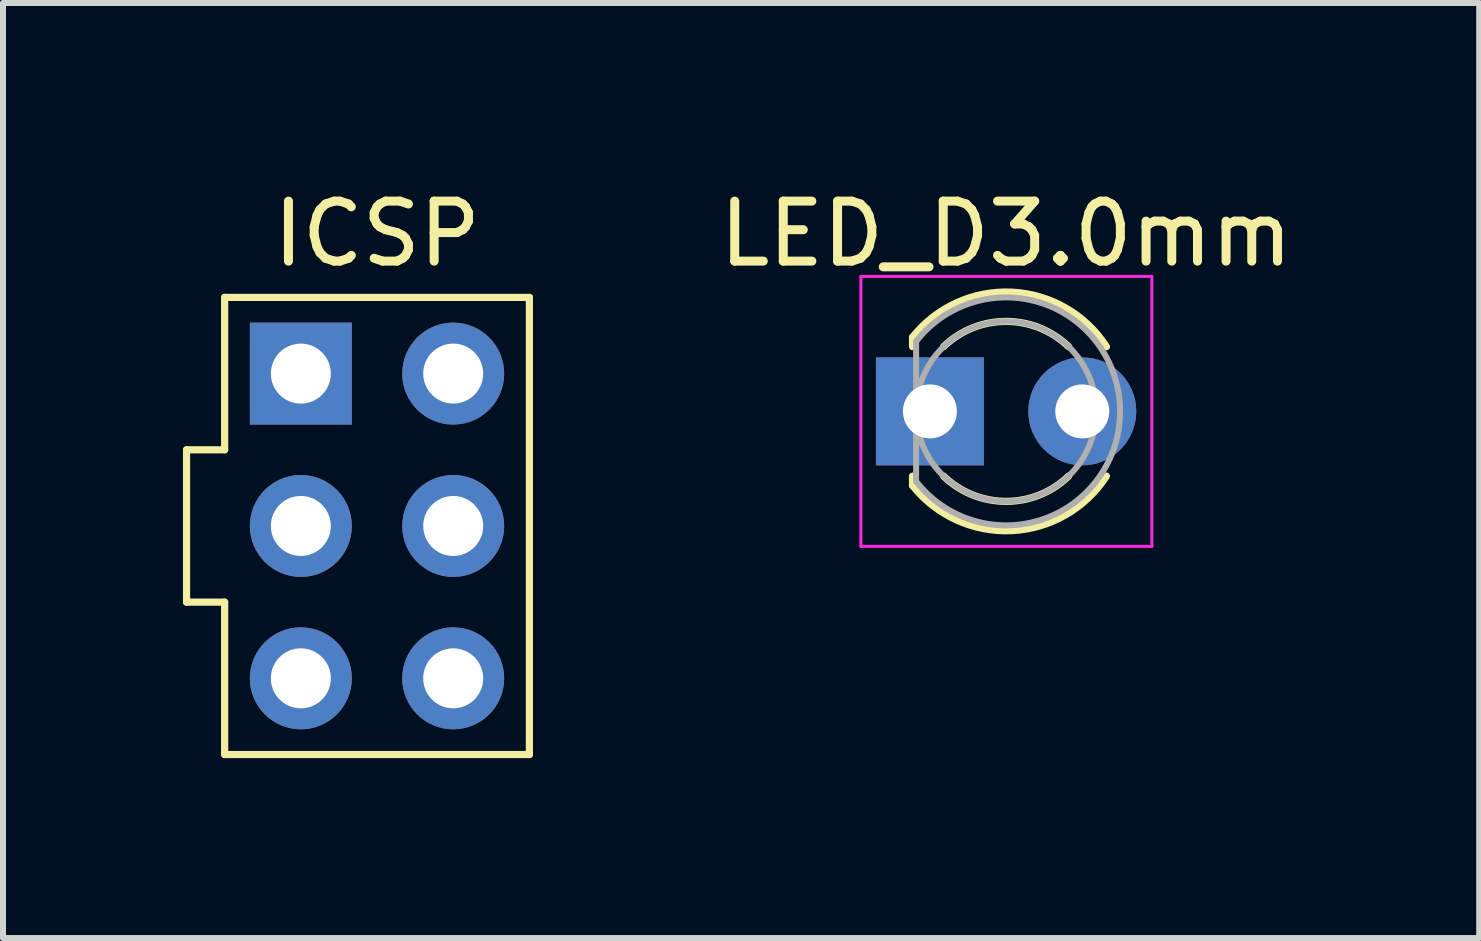
<source format=kicad_pcb>
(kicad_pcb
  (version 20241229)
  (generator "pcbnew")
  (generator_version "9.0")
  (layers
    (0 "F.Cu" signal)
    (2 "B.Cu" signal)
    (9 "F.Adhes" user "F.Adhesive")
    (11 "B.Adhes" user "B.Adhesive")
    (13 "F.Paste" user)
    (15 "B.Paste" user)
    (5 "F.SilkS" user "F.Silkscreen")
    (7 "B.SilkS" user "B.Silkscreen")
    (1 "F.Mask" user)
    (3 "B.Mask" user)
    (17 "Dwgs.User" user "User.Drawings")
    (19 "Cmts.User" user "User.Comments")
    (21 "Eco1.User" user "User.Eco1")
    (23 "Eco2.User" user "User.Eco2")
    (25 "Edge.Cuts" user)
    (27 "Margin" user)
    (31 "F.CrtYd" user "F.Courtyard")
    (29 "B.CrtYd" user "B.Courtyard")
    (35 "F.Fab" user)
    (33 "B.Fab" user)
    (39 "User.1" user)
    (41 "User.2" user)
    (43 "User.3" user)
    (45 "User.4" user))
  (footprint "LED_D3.0mm"
    (layer "F.Cu")
    (at 13.722 3.808)
    (property "Reference" "LED_D3.0mm" (at 0 -2.96 0) (layer "F.SilkS") (effects (font (size 1 1) (thickness 0.15))))
    (attr through_hole)
    (fp_line (start -1.56 -1.236) (end -1.56 -1.08) (stroke (width 0.12) (type solid)) (layer "F.SilkS"))
    (fp_line (start -1.56 1.08) (end -1.56 1.236) (stroke (width 0.12) (type solid)) (layer "F.SilkS"))
    (fp_arc (start -1.56 -1.235516) (mid 0.096487 -1.987659) (end 1.672335 -1.078608) (stroke (width 0.12) (type solid)) (layer "F.SilkS"))
    (fp_arc (start -1.040961 -1.08) (mid 0.000117 -1.5) (end 1.04113 -1.079837) (stroke (width 0.12) (type solid)) (layer "F.SilkS"))
    (fp_arc (start 1.04113 1.079837) (mid 0.000117 1.5) (end -1.040961 1.08) (stroke (width 0.12) (type solid)) (layer "F.SilkS"))
    (fp_arc (start 1.672335 1.078608) (mid 0.096487 1.987659) (end -1.56 1.235516) (stroke (width 0.12) (type solid)) (layer "F.SilkS"))
    (fp_line (start -2.42 -2.25) (end -2.42 2.25) (stroke (width 0.05) (type solid)) (layer "F.CrtYd"))
    (fp_line (start -2.42 2.25) (end 2.43 2.25) (stroke (width 0.05) (type solid)) (layer "F.CrtYd"))
    (fp_line (start 2.43 -2.25) (end -2.42 -2.25) (stroke (width 0.05) (type solid)) (layer "F.CrtYd"))
    (fp_line (start 2.43 2.25) (end 2.43 -2.25) (stroke (width 0.05) (type solid)) (layer "F.CrtYd"))
    (fp_line (start -1.5 -1.166) (end -1.5 1.166) (stroke (width 0.1) (type solid)) (layer "F.Fab"))
    (fp_arc (start -1.5 -1.16619) (mid 1.9 0.000452) (end -1.500555 1.165476) (stroke (width 0.1) (type solid)) (layer "F.Fab"))
    (fp_circle (center 0 0) (end 1.5 0) (stroke (width 0.1) (type solid)) (fill no) (layer "F.Fab"))
    (pad "1" thru_hole rect (at -1.27 0) (size 1.8 1.8) (drill 0.9) (layers "*.Cu" "*.Mask"))
    (pad "2" thru_hole circle (at 1.27 0) (size 1.8 1.8) (drill 0.9) (layers "*.Cu" "*.Mask")))
  (footprint "ICSP"
    (layer "F.Cu")
    (at 1.965 3.178)
    (property "Reference" "ICSP" (at 1.27 -2.33 0) (layer "F.SilkS") (effects (font (size 1 1) (thickness 0.15))))
    (attr through_hole)
    (fp_line (start -1.905 1.27) (end -1.905 3.81) (stroke (width 0.12) (type solid)) (layer "F.SilkS"))
    (fp_line (start -1.905 3.81) (end -1.27 3.81) (stroke (width 0.12) (type solid)) (layer "F.SilkS"))
    (fp_line (start -1.27 -1.27) (end -1.27 1.27) (stroke (width 0.12) (type solid)) (layer "F.SilkS"))
    (fp_line (start -1.27 1.27) (end -1.905 1.27) (stroke (width 0.12) (type solid)) (layer "F.SilkS"))
    (fp_line (start -1.27 3.81) (end -1.27 6.35) (stroke (width 0.12) (type solid)) (layer "F.SilkS"))
    (fp_line (start -1.27 6.35) (end 3.81 6.35) (stroke (width 0.12) (type solid)) (layer "F.SilkS"))
    (fp_line (start 3.81 -1.27) (end -1.27 -1.27) (stroke (width 0.12) (type solid)) (layer "F.SilkS"))
    (fp_line (start 3.81 6.35) (end 3.81 -1.27) (stroke (width 0.12) (type solid)) (layer "F.SilkS"))
    (pad "1" thru_hole rect (at 0 0) (size 1.7 1.7) (drill 1) (layers "*.Cu" "*.Mask"))
    (pad "2" thru_hole oval (at 2.54 0) (size 1.7 1.7) (drill 1) (layers "*.Cu" "*.Mask"))
    (pad "3" thru_hole oval (at 0 2.54) (size 1.7 1.7) (drill 1) (layers "*.Cu" "*.Mask"))
    (pad "4" thru_hole oval (at 2.54 2.54) (size 1.7 1.7) (drill 1) (layers "*.Cu" "*.Mask"))
    (pad "5" thru_hole oval (at 0 5.08) (size 1.7 1.7) (drill 1) (layers "*.Cu" "*.Mask"))
    (pad "6" thru_hole oval (at 2.54 5.08) (size 1.7 1.7) (drill 1) (layers "*.Cu" "*.Mask")))
  (gr_rect
    (start -3 -3)
    (end 21.609 12.588)
    (stroke (width 0.1) (type default))
    (fill no)
    (layer "Edge.Cuts")))
</source>
